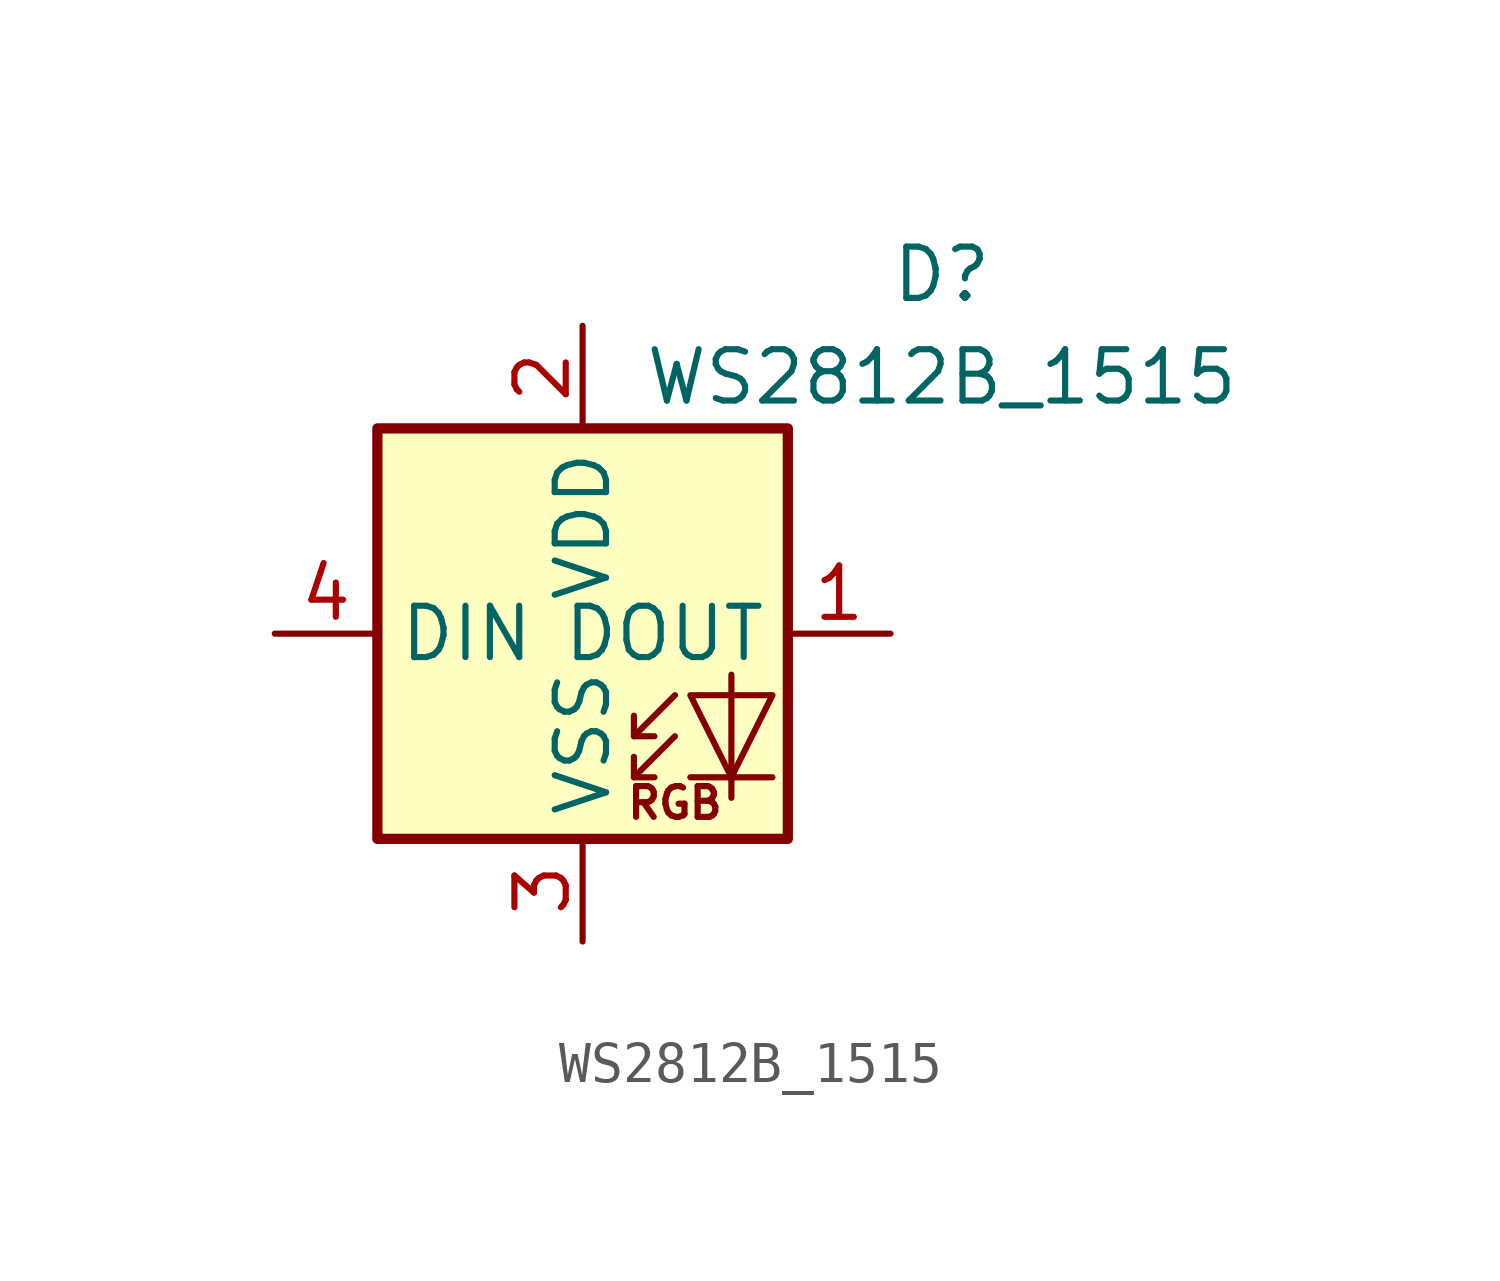
<source format=kicad_sym>
(kicad_symbol_lib
  (version 20220914)
  (generator kicad_symbol_editor)
  (symbol "WS2812B_1515"
    (property "Reference" "D"
      (at 8.89 8.89 0)
      (effects (font (size 1.27 1.27))))
    (property "Value" "WS2812B_1515"
      (at 8.89 6.35 0)
      (effects (font (size 1.27 1.27))))
    (symbol "WS2812B_1515_0_0"
      (text "RGB" (at 2.286 -4.191 0) (effects (font (size 0.762 0.762)))))
    (symbol "WS2812B_1515_0_1"
      (polyline (pts (xy 1.27 -3.556) (xy 1.778 -3.556)) (stroke (width 0) (type default)) (fill (type none)))
      (polyline (pts (xy 1.27 -2.54) (xy 1.778 -2.54)) (stroke (width 0) (type default)) (fill (type none)))
      (polyline (pts (xy 4.699 -3.556) (xy 2.667 -3.556)) (stroke (width 0) (type default)) (fill (type none)))
      (polyline (pts (xy 2.286 -2.54) (xy 1.27 -3.556) (xy 1.27 -3.048)) (stroke (width 0) (type default)) (fill (type none)))
      (polyline (pts (xy 2.286 -1.524) (xy 1.27 -2.54) (xy 1.27 -2.032)) (stroke (width 0) (type default)) (fill (type none)))
      (polyline (pts (xy 3.683 -1.016) (xy 3.683 -3.556) (xy 3.683 -4.064)) (stroke (width 0) (type default)) (fill (type none)))
      (polyline (pts (xy 4.699 -1.524) (xy 2.667 -1.524) (xy 3.683 -3.556) (xy 4.699 -1.524)) (stroke (width 0) (type default)) (fill (type none)))
      (rectangle (start 5.08 5.08) (end -5.08 -5.08) (stroke (width 0.254) (type default)) (fill (type background))))
    (symbol "WS2812B_1515_1_1"
      (pin output line (at 7.62 0 180) (length 2.54) (name "DOUT" (effects (font (size 1.27 1.27)))) (number "1" (effects (font (size 1.27 1.27)))))
      (pin power_in line (at 0 7.62 270) (length 2.54) (name "VDD" (effects (font (size 1.27 1.27)))) (number "2" (effects (font (size 1.27 1.27)))))
      (pin power_in line (at 0 -7.62 90) (length 2.54) (name "VSS" (effects (font (size 1.27 1.27)))) (number "3" (effects (font (size 1.27 1.27)))))
      (pin input line (at -7.62 0 0) (length 2.54) (name "DIN" (effects (font (size 1.27 1.27)))) (number "4" (effects (font (size 1.27 1.27))))))))
</source>
